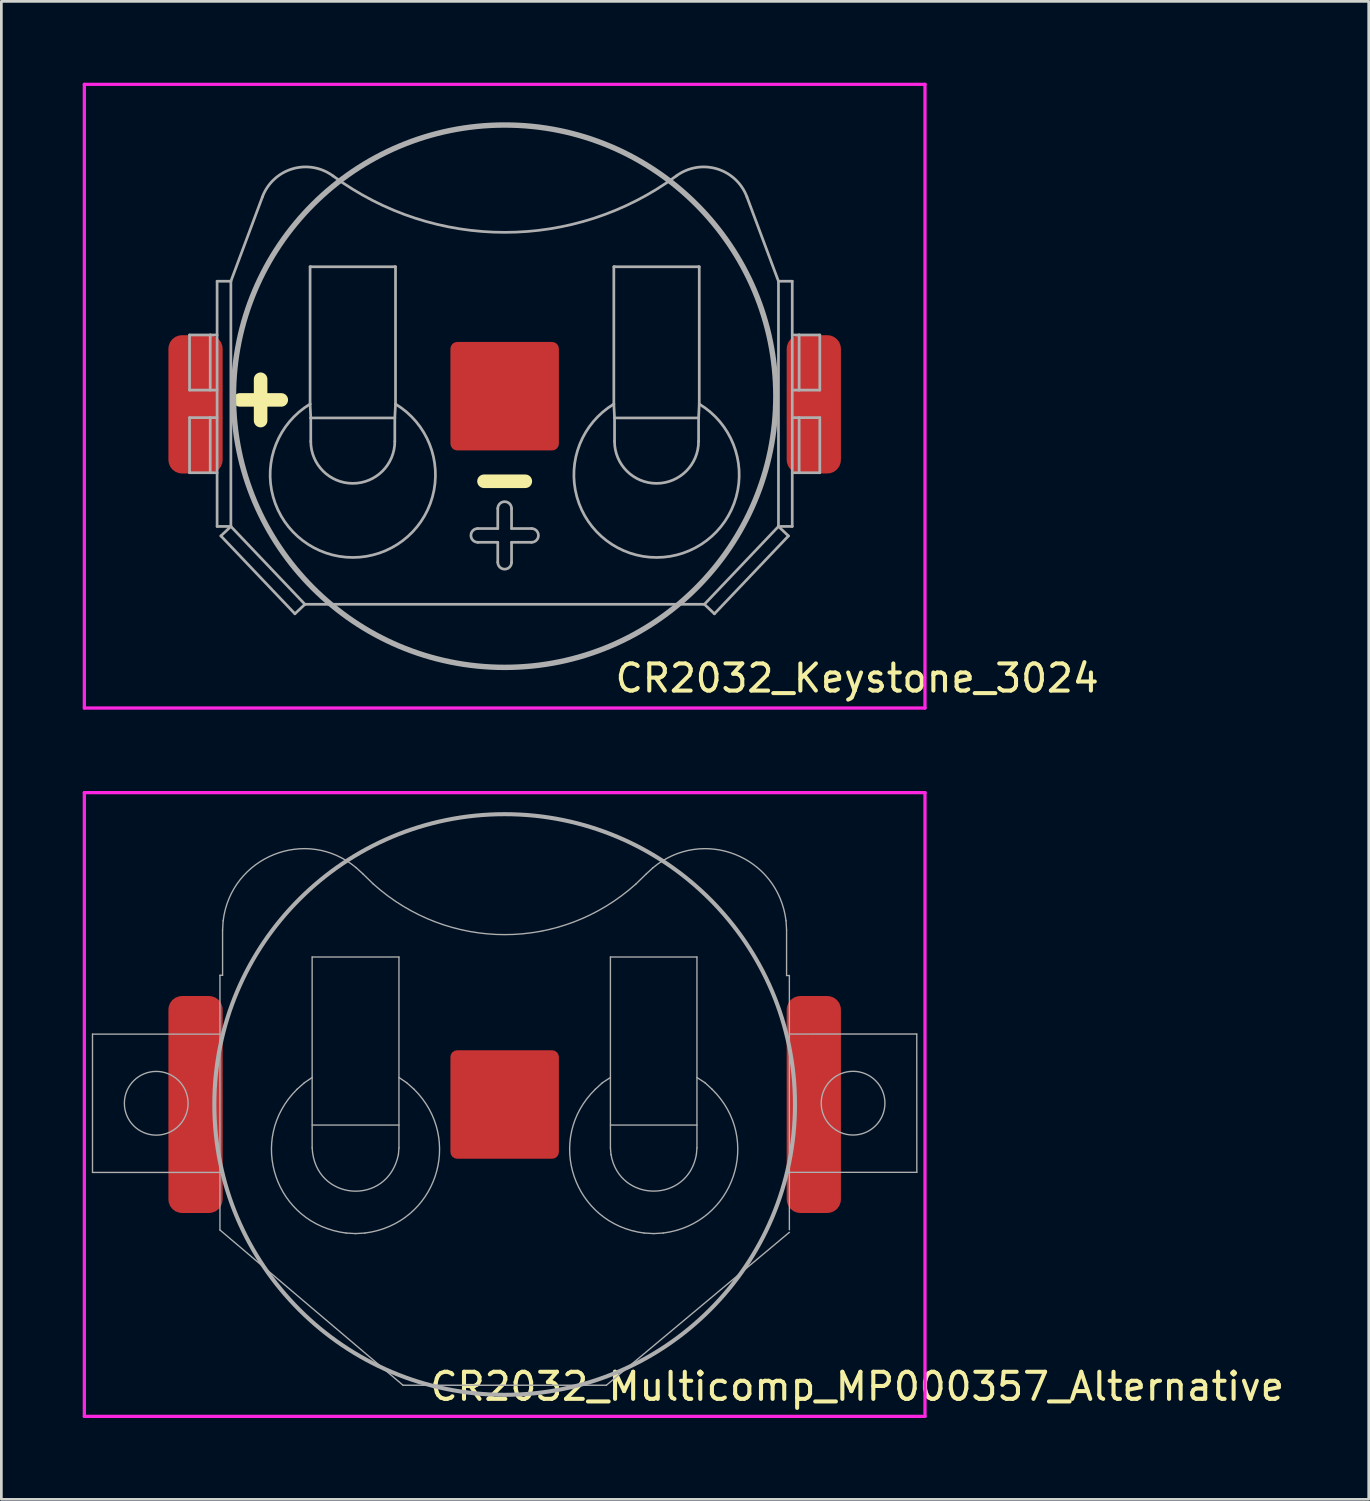
<source format=kicad_pcb>
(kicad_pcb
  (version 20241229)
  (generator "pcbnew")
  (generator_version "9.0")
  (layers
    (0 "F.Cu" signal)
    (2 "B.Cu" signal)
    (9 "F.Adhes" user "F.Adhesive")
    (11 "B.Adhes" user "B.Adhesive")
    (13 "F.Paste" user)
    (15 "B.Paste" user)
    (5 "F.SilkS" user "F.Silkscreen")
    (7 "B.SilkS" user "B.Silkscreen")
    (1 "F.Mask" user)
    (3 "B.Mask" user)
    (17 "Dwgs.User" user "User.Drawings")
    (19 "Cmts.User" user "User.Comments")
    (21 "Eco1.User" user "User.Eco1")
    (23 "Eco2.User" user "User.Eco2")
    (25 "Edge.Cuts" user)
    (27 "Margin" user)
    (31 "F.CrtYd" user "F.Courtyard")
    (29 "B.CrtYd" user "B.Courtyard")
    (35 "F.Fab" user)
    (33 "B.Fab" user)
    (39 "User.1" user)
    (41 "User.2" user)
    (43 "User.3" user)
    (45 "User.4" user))
  (footprint "CR2032_Keystone_3024"
    (layer "F.Cu")
    (at 15.56 11.56)
    (property "Reference" "CR2032_Keystone_3024" (at 13 10.4 0) (layer "F.SilkS") (effects (font (size 1 1) (thickness 0.15))))
    (attr through_hole)
    (fp_line (start -15.5 -11.5) (end 15.5 -11.5) (stroke (width 0.12) (type solid)) (layer "F.CrtYd"))
    (fp_line (start -15.5 11.5) (end -15.5 -11.5) (stroke (width 0.12) (type solid)) (layer "F.CrtYd"))
    (fp_line (start 15.5 -11.5) (end 15.5 11.5) (stroke (width 0.12) (type solid)) (layer "F.CrtYd"))
    (fp_line (start 15.5 11.5) (end -15.5 11.5) (stroke (width 0.12) (type solid)) (layer "F.CrtYd"))
    (fp_line (start -11.62 -2.257) (end -11.62 -0.225) (stroke (width 0.1) (type solid)) (layer "F.Fab"))
    (fp_line (start -11.62 -0.225) (end -10.858 -0.225) (stroke (width 0.1) (type solid)) (layer "F.Fab"))
    (fp_line (start -11.62 0.791) (end -11.62 2.823) (stroke (width 0.1) (type solid)) (layer "F.Fab"))
    (fp_line (start -11.62 2.823) (end -10.858 2.823) (stroke (width 0.1) (type solid)) (layer "F.Fab"))
    (fp_line (start -10.858 -2.257) (end -11.62 -2.257) (stroke (width 0.1) (type solid)) (layer "F.Fab"))
    (fp_line (start -10.858 -2.257) (end -10.604 -2.257) (stroke (width 0.1) (type solid)) (layer "F.Fab"))
    (fp_line (start -10.858 -0.225) (end -10.858 -2.257) (stroke (width 0.1) (type solid)) (layer "F.Fab"))
    (fp_line (start -10.858 -0.225) (end -10.604 -0.225) (stroke (width 0.1) (type solid)) (layer "F.Fab"))
    (fp_line (start -10.858 0.791) (end -11.62 0.791) (stroke (width 0.1) (type solid)) (layer "F.Fab"))
    (fp_line (start -10.858 0.791) (end -10.604 0.791) (stroke (width 0.1) (type solid)) (layer "F.Fab"))
    (fp_line (start -10.858 2.823) (end -10.858 0.791) (stroke (width 0.1) (type solid)) (layer "F.Fab"))
    (fp_line (start -10.858 2.823) (end -10.604 2.823) (stroke (width 0.1) (type solid)) (layer "F.Fab"))
    (fp_line (start -10.604 -4.239) (end -10.096 -4.239) (stroke (width 0.1) (type solid)) (layer "F.Fab"))
    (fp_line (start -10.604 4.803) (end -10.604 -4.239) (stroke (width 0.1) (type solid)) (layer "F.Fab"))
    (fp_line (start -10.464 5.153) (end -10.096 4.803) (stroke (width 0.1) (type solid)) (layer "F.Fab"))
    (fp_line (start -10.096 -4.239) (end -10.096 4.803) (stroke (width 0.1) (type solid)) (layer "F.Fab"))
    (fp_line (start -10.096 4.803) (end -10.604 4.803) (stroke (width 0.1) (type solid)) (layer "F.Fab"))
    (fp_line (start -10.096 4.803) (end -7.366 7.674) (stroke (width 0.1) (type solid)) (layer "F.Fab"))
    (fp_line (start -8.933 -7.349) (end -10.096 -4.239) (stroke (width 0.1) (type solid)) (layer "F.Fab"))
    (fp_line (start -7.734 8.024) (end -10.464 5.153) (stroke (width 0.1) (type solid)) (layer "F.Fab"))
    (fp_line (start -7.366 7.674) (end -7.734 8.024) (stroke (width 0.1) (type solid)) (layer "F.Fab"))
    (fp_line (start -7.366 7.674) (end 7.366 7.674) (stroke (width 0.1) (type solid)) (layer "F.Fab"))
    (fp_line (start -7.175 -4.772) (end -7.15 -4.772) (stroke (width 0.1) (type solid)) (layer "F.Fab"))
    (fp_line (start -7.175 0.289) (end -7.175 -4.772) (stroke (width 0.1) (type solid)) (layer "F.Fab"))
    (fp_line (start -7.175 0.289) (end -7.15 0.802) (stroke (width 0.1) (type solid)) (layer "F.Fab"))
    (fp_line (start -7.15 -4.772) (end -4.051 -4.772) (stroke (width 0.1) (type solid)) (layer "F.Fab"))
    (fp_line (start -7.15 0.802) (end -7.15 1.666) (stroke (width 0.1) (type solid)) (layer "F.Fab"))
    (fp_line (start -4.051 -4.772) (end -4.025 -4.772) (stroke (width 0.1) (type solid)) (layer "F.Fab"))
    (fp_line (start -4.051 0.802) (end -7.15 0.802) (stroke (width 0.1) (type solid)) (layer "F.Fab"))
    (fp_line (start -4.051 1.666) (end -4.051 0.802) (stroke (width 0.1) (type solid)) (layer "F.Fab"))
    (fp_line (start -4.025 -4.772) (end -4.025 0.289) (stroke (width 0.1) (type solid)) (layer "F.Fab"))
    (fp_line (start -4.025 0.289) (end -4.051 0.802) (stroke (width 0.1) (type solid)) (layer "F.Fab"))
    (fp_line (start -0.99 5.388) (end -0.254 5.388) (stroke (width 0.1) (type solid)) (layer "F.Fab"))
    (fp_line (start -0.254 4.144) (end -0.254 4.88) (stroke (width 0.1) (type solid)) (layer "F.Fab"))
    (fp_line (start -0.254 4.88) (end -0.99 4.88) (stroke (width 0.1) (type solid)) (layer "F.Fab"))
    (fp_line (start -0.254 5.388) (end -0.254 6.125) (stroke (width 0.1) (type solid)) (layer "F.Fab"))
    (fp_line (start 0.254 4.88) (end 0.254 4.144) (stroke (width 0.1) (type solid)) (layer "F.Fab"))
    (fp_line (start 0.254 5.388) (end 0.991 5.388) (stroke (width 0.1) (type solid)) (layer "F.Fab"))
    (fp_line (start 0.254 6.125) (end 0.254 5.388) (stroke (width 0.1) (type solid)) (layer "F.Fab"))
    (fp_line (start 0.991 4.88) (end 0.254 4.88) (stroke (width 0.1) (type solid)) (layer "F.Fab"))
    (fp_line (start 4.026 -4.772) (end 4.052 -4.772) (stroke (width 0.1) (type solid)) (layer "F.Fab"))
    (fp_line (start 4.026 0.289) (end 4.026 -4.772) (stroke (width 0.1) (type solid)) (layer "F.Fab"))
    (fp_line (start 4.026 0.289) (end 4.052 0.802) (stroke (width 0.1) (type solid)) (layer "F.Fab"))
    (fp_line (start 4.052 -4.772) (end 7.151 -4.772) (stroke (width 0.1) (type solid)) (layer "F.Fab"))
    (fp_line (start 4.052 0.802) (end 4.052 1.666) (stroke (width 0.1) (type solid)) (layer "F.Fab"))
    (fp_line (start 7.151 -4.772) (end 7.176 -4.772) (stroke (width 0.1) (type solid)) (layer "F.Fab"))
    (fp_line (start 7.151 0.802) (end 4.052 0.802) (stroke (width 0.1) (type solid)) (layer "F.Fab"))
    (fp_line (start 7.151 1.666) (end 7.151 0.802) (stroke (width 0.1) (type solid)) (layer "F.Fab"))
    (fp_line (start 7.176 -4.772) (end 7.176 0.289) (stroke (width 0.1) (type solid)) (layer "F.Fab"))
    (fp_line (start 7.176 0.289) (end 7.151 0.802) (stroke (width 0.1) (type solid)) (layer "F.Fab"))
    (fp_line (start 7.366 7.674) (end 10.097 4.803) (stroke (width 0.1) (type solid)) (layer "F.Fab"))
    (fp_line (start 7.735 8.024) (end 7.366 7.674) (stroke (width 0.1) (type solid)) (layer "F.Fab"))
    (fp_line (start 10.097 -4.239) (end 8.934 -7.349) (stroke (width 0.1) (type solid)) (layer "F.Fab"))
    (fp_line (start 10.097 -4.239) (end 10.605 -4.239) (stroke (width 0.1) (type solid)) (layer "F.Fab"))
    (fp_line (start 10.097 4.803) (end 10.097 -4.239) (stroke (width 0.1) (type solid)) (layer "F.Fab"))
    (fp_line (start 10.097 4.803) (end 10.465 5.153) (stroke (width 0.1) (type solid)) (layer "F.Fab"))
    (fp_line (start 10.465 5.153) (end 7.735 8.024) (stroke (width 0.1) (type solid)) (layer "F.Fab"))
    (fp_line (start 10.605 -4.239) (end 10.605 4.803) (stroke (width 0.1) (type solid)) (layer "F.Fab"))
    (fp_line (start 10.605 4.803) (end 10.097 4.803) (stroke (width 0.1) (type solid)) (layer "F.Fab"))
    (fp_line (start 10.859 -2.257) (end 10.605 -2.257) (stroke (width 0.1) (type solid)) (layer "F.Fab"))
    (fp_line (start 10.859 -2.257) (end 10.859 -0.225) (stroke (width 0.1) (type solid)) (layer "F.Fab"))
    (fp_line (start 10.859 -0.225) (end 10.605 -0.225) (stroke (width 0.1) (type solid)) (layer "F.Fab"))
    (fp_line (start 10.859 -0.225) (end 11.621 -0.225) (stroke (width 0.1) (type solid)) (layer "F.Fab"))
    (fp_line (start 10.859 0.791) (end 10.605 0.791) (stroke (width 0.1) (type solid)) (layer "F.Fab"))
    (fp_line (start 10.859 0.791) (end 10.859 2.823) (stroke (width 0.1) (type solid)) (layer "F.Fab"))
    (fp_line (start 10.859 2.823) (end 10.605 2.823) (stroke (width 0.1) (type solid)) (layer "F.Fab"))
    (fp_line (start 10.859 2.823) (end 11.621 2.823) (stroke (width 0.1) (type solid)) (layer "F.Fab"))
    (fp_line (start 11.621 -2.257) (end 10.859 -2.257) (stroke (width 0.1) (type solid)) (layer "F.Fab"))
    (fp_line (start 11.621 -0.225) (end 11.621 -2.257) (stroke (width 0.1) (type solid)) (layer "F.Fab"))
    (fp_line (start 11.621 0.791) (end 10.859 0.791) (stroke (width 0.1) (type solid)) (layer "F.Fab"))
    (fp_line (start 11.621 2.823) (end 11.621 0.791) (stroke (width 0.1) (type solid)) (layer "F.Fab"))
    (fp_arc (start -8.933482 -7.348851) (mid -7.82426 -8.384141) (end -6.329657 -8.122683) (stroke (width 0.1) (type solid)) (layer "F.Fab"))
    (fp_arc (start -4.050861 1.665552) (mid -5.600261 3.214952) (end -7.149661 1.665552) (stroke (width 0.1) (type solid)) (layer "F.Fab"))
    (fp_arc (start -4.025461 0.289487) (mid -5.600261 5.947144) (end -7.175061 0.289487) (stroke (width 0.1) (type solid)) (layer "F.Fab"))
    (fp_arc (start -0.990161 5.388344) (mid -1.244161 5.134344) (end -0.990161 4.880344) (stroke (width 0.1) (type solid)) (layer "F.Fab"))
    (fp_arc (start -0.253561 4.143744) (mid 0.000439 3.889744) (end 0.254439 4.143744) (stroke (width 0.1) (type solid)) (layer "F.Fab"))
    (fp_arc (start 0.254439 6.124944) (mid 0.000439 6.378944) (end -0.253561 6.124944) (stroke (width 0.1) (type solid)) (layer "F.Fab"))
    (fp_arc (start 0.991039 4.880344) (mid 1.245039 5.134344) (end 0.991039 5.388344) (stroke (width 0.1) (type solid)) (layer "F.Fab"))
    (fp_arc (start 6.330535 -8.122683) (mid 0.000439 -6.041656) (end -6.329657 -8.122683) (stroke (width 0.1) (type solid)) (layer "F.Fab"))
    (fp_arc (start 6.330535 -8.122683) (mid 7.82514 -8.384145) (end 8.93436 -7.348851) (stroke (width 0.1) (type solid)) (layer "F.Fab"))
    (fp_arc (start 7.150539 1.665552) (mid 5.601139 3.214952) (end 4.051739 1.665552) (stroke (width 0.1) (type solid)) (layer "F.Fab"))
    (fp_arc (start 7.175939 0.289487) (mid 5.601139 5.947144) (end 4.026339 0.289487) (stroke (width 0.1) (type solid)) (layer "F.Fab"))
    (fp_circle (center 0 0) (end 10 0) (stroke (width 0.2) (type solid)) (fill no) (layer "F.Fab"))
    (fp_text user "+" (at -9 0 0) (unlocked yes) (layer "F.SilkS") (effects (font (size 2 2) (thickness 0.5))))
    (fp_text user "-" (at 0 3 0) (unlocked yes) (layer "F.SilkS") (effects (font (size 2 2) (thickness 0.5))))
    (pad "+" smd roundrect (at -11.4 0.3) (size 2 5.1) (layers "F.Cu" "F.Mask" "F.Paste") (roundrect_rratio 0.25))
    (pad "+" smd roundrect (at 11.4 0.3) (size 2 5.1) (layers "F.Cu" "F.Mask" "F.Paste") (roundrect_rratio 0.25))
    (pad "-" smd roundrect (at 0 0) (size 4 4) (layers "F.Cu" "F.Mask") (roundrect_rratio 0.062)))
  (footprint "CR2032_Multicomp_MP000357_Alternative"
    (layer "F.Cu")
    (at 15.56 37.68)
    (property "Reference" "CR2032_Multicomp_MP000357_Alternative" (at 13 10.4 0) (layer "F.SilkS") (effects (font (size 1 1) (thickness 0.15))))
    (attr smd)
    (fp_line (start -15.5 -11.5) (end 15.5 -11.5) (stroke (width 0.12) (type solid)) (layer "F.CrtYd"))
    (fp_line (start -15.5 11.5) (end -15.5 -11.5) (stroke (width 0.12) (type solid)) (layer "F.CrtYd"))
    (fp_line (start 15.5 -11.5) (end 15.5 11.5) (stroke (width 0.12) (type solid)) (layer "F.CrtYd"))
    (fp_line (start 15.5 11.5) (end -15.5 11.5) (stroke (width 0.12) (type solid)) (layer "F.CrtYd"))
    (fp_line (start -15.199 -2.595) (end -15.199 2.505) (stroke (width 0.05) (type solid)) (layer "F.Fab"))
    (fp_line (start -15.199 -2.595) (end -10.499 -2.595) (stroke (width 0.05) (type solid)) (layer "F.Fab"))
    (fp_line (start -15.199 2.505) (end -10.499 2.505) (stroke (width 0.05) (type solid)) (layer "F.Fab"))
    (fp_line (start -10.499 -4.765) (end -10.402 -4.765) (stroke (width 0.05) (type solid)) (layer "F.Fab"))
    (fp_line (start -10.499 4.628) (end -10.499 -4.765) (stroke (width 0.05) (type solid)) (layer "F.Fab"))
    (fp_line (start -10.402 -6.434) (end -10.381 -6.773) (stroke (width 0.05) (type solid)) (layer "F.Fab"))
    (fp_line (start -10.402 -4.765) (end -10.402 -6.434) (stroke (width 0.05) (type solid)) (layer "F.Fab"))
    (fp_line (start -7.387 -0.801) (end -7.653 -0.565) (stroke (width 0.05) (type solid)) (layer "F.Fab"))
    (fp_line (start -7.099 -5.439) (end -7.099 1.6) (stroke (width 0.05) (type solid)) (layer "F.Fab"))
    (fp_line (start -7.099 -5.439) (end -3.898 -5.439) (stroke (width 0.05) (type solid)) (layer "F.Fab"))
    (fp_line (start -7.099 0.759) (end -3.898 0.759) (stroke (width 0.05) (type solid)) (layer "F.Fab"))
    (fp_line (start -7.099 -0.996) (end -7.387 -0.801) (stroke (width 0.05) (type solid)) (layer "F.Fab"))
    (fp_line (start -5.847 4.74) (end -5.499 4.76) (stroke (width 0.05) (type solid)) (layer "F.Fab"))
    (fp_line (start -5.499 4.76) (end -5.15 4.74) (stroke (width 0.05) (type solid)) (layer "F.Fab"))
    (fp_line (start -5.476 -8.732) (end -5.23 -8.507) (stroke (width 0.05) (type solid)) (layer "F.Fab"))
    (fp_line (start -5.23 -8.507) (end -4.851 -8.137) (stroke (width 0.05) (type solid)) (layer "F.Fab"))
    (fp_line (start -3.918 1.846) (end -3.898 1.6) (stroke (width 0.05) (type solid)) (layer "F.Fab"))
    (fp_line (start -3.898 1.6) (end -3.898 -5.439) (stroke (width 0.05) (type solid)) (layer "F.Fab"))
    (fp_line (start -3.749 10.352) (end -10.499 4.628) (stroke (width 0.05) (type solid)) (layer "F.Fab"))
    (fp_line (start -3.611 -0.801) (end -3.898 -0.996) (stroke (width 0.05) (type solid)) (layer "F.Fab"))
    (fp_line (start -3.344 -0.565) (end -3.611 -0.801) (stroke (width 0.05) (type solid)) (layer "F.Fab"))
    (fp_line (start 3.602 -0.801) (end 3.346 -0.565) (stroke (width 0.05) (type solid)) (layer "F.Fab"))
    (fp_line (start 3.751 10.352) (end -3.749 10.352) (stroke (width 0.05) (type solid)) (layer "F.Fab"))
    (fp_line (start 3.751 10.352) (end 10.499 4.713) (stroke (width 0.05) (type solid)) (layer "F.Fab"))
    (fp_line (start 3.9 -5.439) (end 7.091 -5.439) (stroke (width 0.05) (type solid)) (layer "F.Fab"))
    (fp_line (start 3.9 1.6) (end 3.9 -5.439) (stroke (width 0.05) (type solid)) (layer "F.Fab"))
    (fp_line (start 3.9 1.6) (end 3.921 1.846) (stroke (width 0.05) (type solid)) (layer "F.Fab"))
    (fp_line (start 3.9 -0.996) (end 3.602 -0.801) (stroke (width 0.05) (type solid)) (layer "F.Fab"))
    (fp_line (start 4.846 -8.137) (end 5.225 -8.507) (stroke (width 0.05) (type solid)) (layer "F.Fab"))
    (fp_line (start 5.142 4.74) (end 5.501 4.76) (stroke (width 0.05) (type solid)) (layer "F.Fab"))
    (fp_line (start 5.471 -8.732) (end 5.225 -8.507) (stroke (width 0.05) (type solid)) (layer "F.Fab"))
    (fp_line (start 5.501 4.76) (end 5.849 4.74) (stroke (width 0.05) (type solid)) (layer "F.Fab"))
    (fp_line (start 7.07 1.846) (end 7.091 1.6) (stroke (width 0.05) (type solid)) (layer "F.Fab"))
    (fp_line (start 7.091 0.759) (end 3.9 0.759) (stroke (width 0.05) (type solid)) (layer "F.Fab"))
    (fp_line (start 7.091 1.6) (end 7.091 -5.439) (stroke (width 0.05) (type solid)) (layer "F.Fab"))
    (fp_line (start 7.389 -0.801) (end 7.091 -0.996) (stroke (width 0.05) (type solid)) (layer "F.Fab"))
    (fp_line (start 7.645 -0.565) (end 7.389 -0.801) (stroke (width 0.05) (type solid)) (layer "F.Fab"))
    (fp_line (start 10.396 -6.434) (end 10.376 -6.773) (stroke (width 0.05) (type solid)) (layer "F.Fab"))
    (fp_line (start 10.396 -4.756) (end 10.396 -6.434) (stroke (width 0.05) (type solid)) (layer "F.Fab"))
    (fp_line (start 10.499 -4.756) (end 10.396 -4.756) (stroke (width 0.05) (type solid)) (layer "F.Fab"))
    (fp_line (start 10.499 4.618) (end 10.499 -4.756) (stroke (width 0.05) (type solid)) (layer "F.Fab"))
    (fp_line (start 15.197 -2.599) (end 10.497 -2.598) (stroke (width 0.05) (type solid)) (layer "F.Fab"))
    (fp_line (start 15.197 -2.599) (end 15.199 2.501) (stroke (width 0.05) (type solid)) (layer "F.Fab"))
    (fp_line (start 15.199 2.501) (end 10.499 2.502) (stroke (width 0.05) (type solid)) (layer "F.Fab"))
    (fp_circle (center -12.849 -0.045) (end -11.674 -0.045) (stroke (width 0.05) (type solid)) (fill no) (layer "F.Fab"))
    (fp_circle (center 0 0) (end 10.706 0) (stroke (width 0.15) (type solid)) (fill no) (layer "F.Fab"))
    (fp_circle (center 12.848 -0.049) (end 14.023 -0.049) (stroke (width 0.05) (type solid)) (fill no) (layer "F.Fab"))
    (fp_curve (pts (xy -10.381 -6.773) (xy -10.094 -9.141) (xy -7.311 -10.268) (xy -5.476 -8.732)) (stroke (width 0.05) (type solid)) (layer "F.Fab"))
    (fp_curve (pts (xy -7.653 -0.565) (xy -9.528 1.283) (xy -8.459 4.416) (xy -5.847 4.74)) (stroke (width 0.05) (type solid)) (layer "F.Fab"))
    (fp_curve (pts (xy -7.099 1.6) (xy -7.003 3.577) (xy -4.316 3.785) (xy -3.918 1.846)) (stroke (width 0.05) (type solid)) (layer "F.Fab"))
    (fp_curve (pts (xy -5.15 4.74) (xy -2.535 4.409) (xy -1.477 1.283) (xy -3.344 -0.565)) (stroke (width 0.05) (type solid)) (layer "F.Fab"))
    (fp_curve (pts (xy -4.851 -8.137) (xy -2.079 -5.643) (xy 2.075 -5.637) (xy 4.846 -8.137)) (stroke (width 0.05) (type solid)) (layer "F.Fab"))
    (fp_curve (pts (xy 3.346 -0.565) (xy 1.468 1.267) (xy 2.535 4.41) (xy 5.142 4.74)) (stroke (width 0.05) (type solid)) (layer "F.Fab"))
    (fp_curve (pts (xy 3.921 1.846) (xy 4.234 3.643) (xy 6.757 3.643) (xy 7.07 1.846)) (stroke (width 0.05) (type solid)) (layer "F.Fab"))
    (fp_curve (pts (xy 5.849 4.74) (xy 8.454 4.41) (xy 9.528 1.269) (xy 7.645 -0.565)) (stroke (width 0.05) (type solid)) (layer "F.Fab"))
    (fp_curve (pts (xy 10.376 -6.773) (xy 10.082 -9.163) (xy 7.313 -10.257) (xy 5.471 -8.732)) (stroke (width 0.05) (type solid)) (layer "F.Fab"))
    (pad "+" smd roundrect (at -11.4 0) (size 2 8) (layers "F.Cu" "F.Mask" "F.Paste") (roundrect_rratio 0.25))
    (pad "+" smd roundrect (at 11.4 0) (size 2 8) (layers "F.Cu" "F.Mask" "F.Paste") (roundrect_rratio 0.25))
    (pad "-" smd roundrect (at 0 0) (size 4 4) (layers "F.Cu" "F.Mask") (roundrect_rratio 0.062)))
  (gr_rect
    (start -3 -3)
    (end 47.423 52.24)
    (stroke (width 0.1) (type default))
    (fill no)
    (layer "Edge.Cuts")))
</source>
